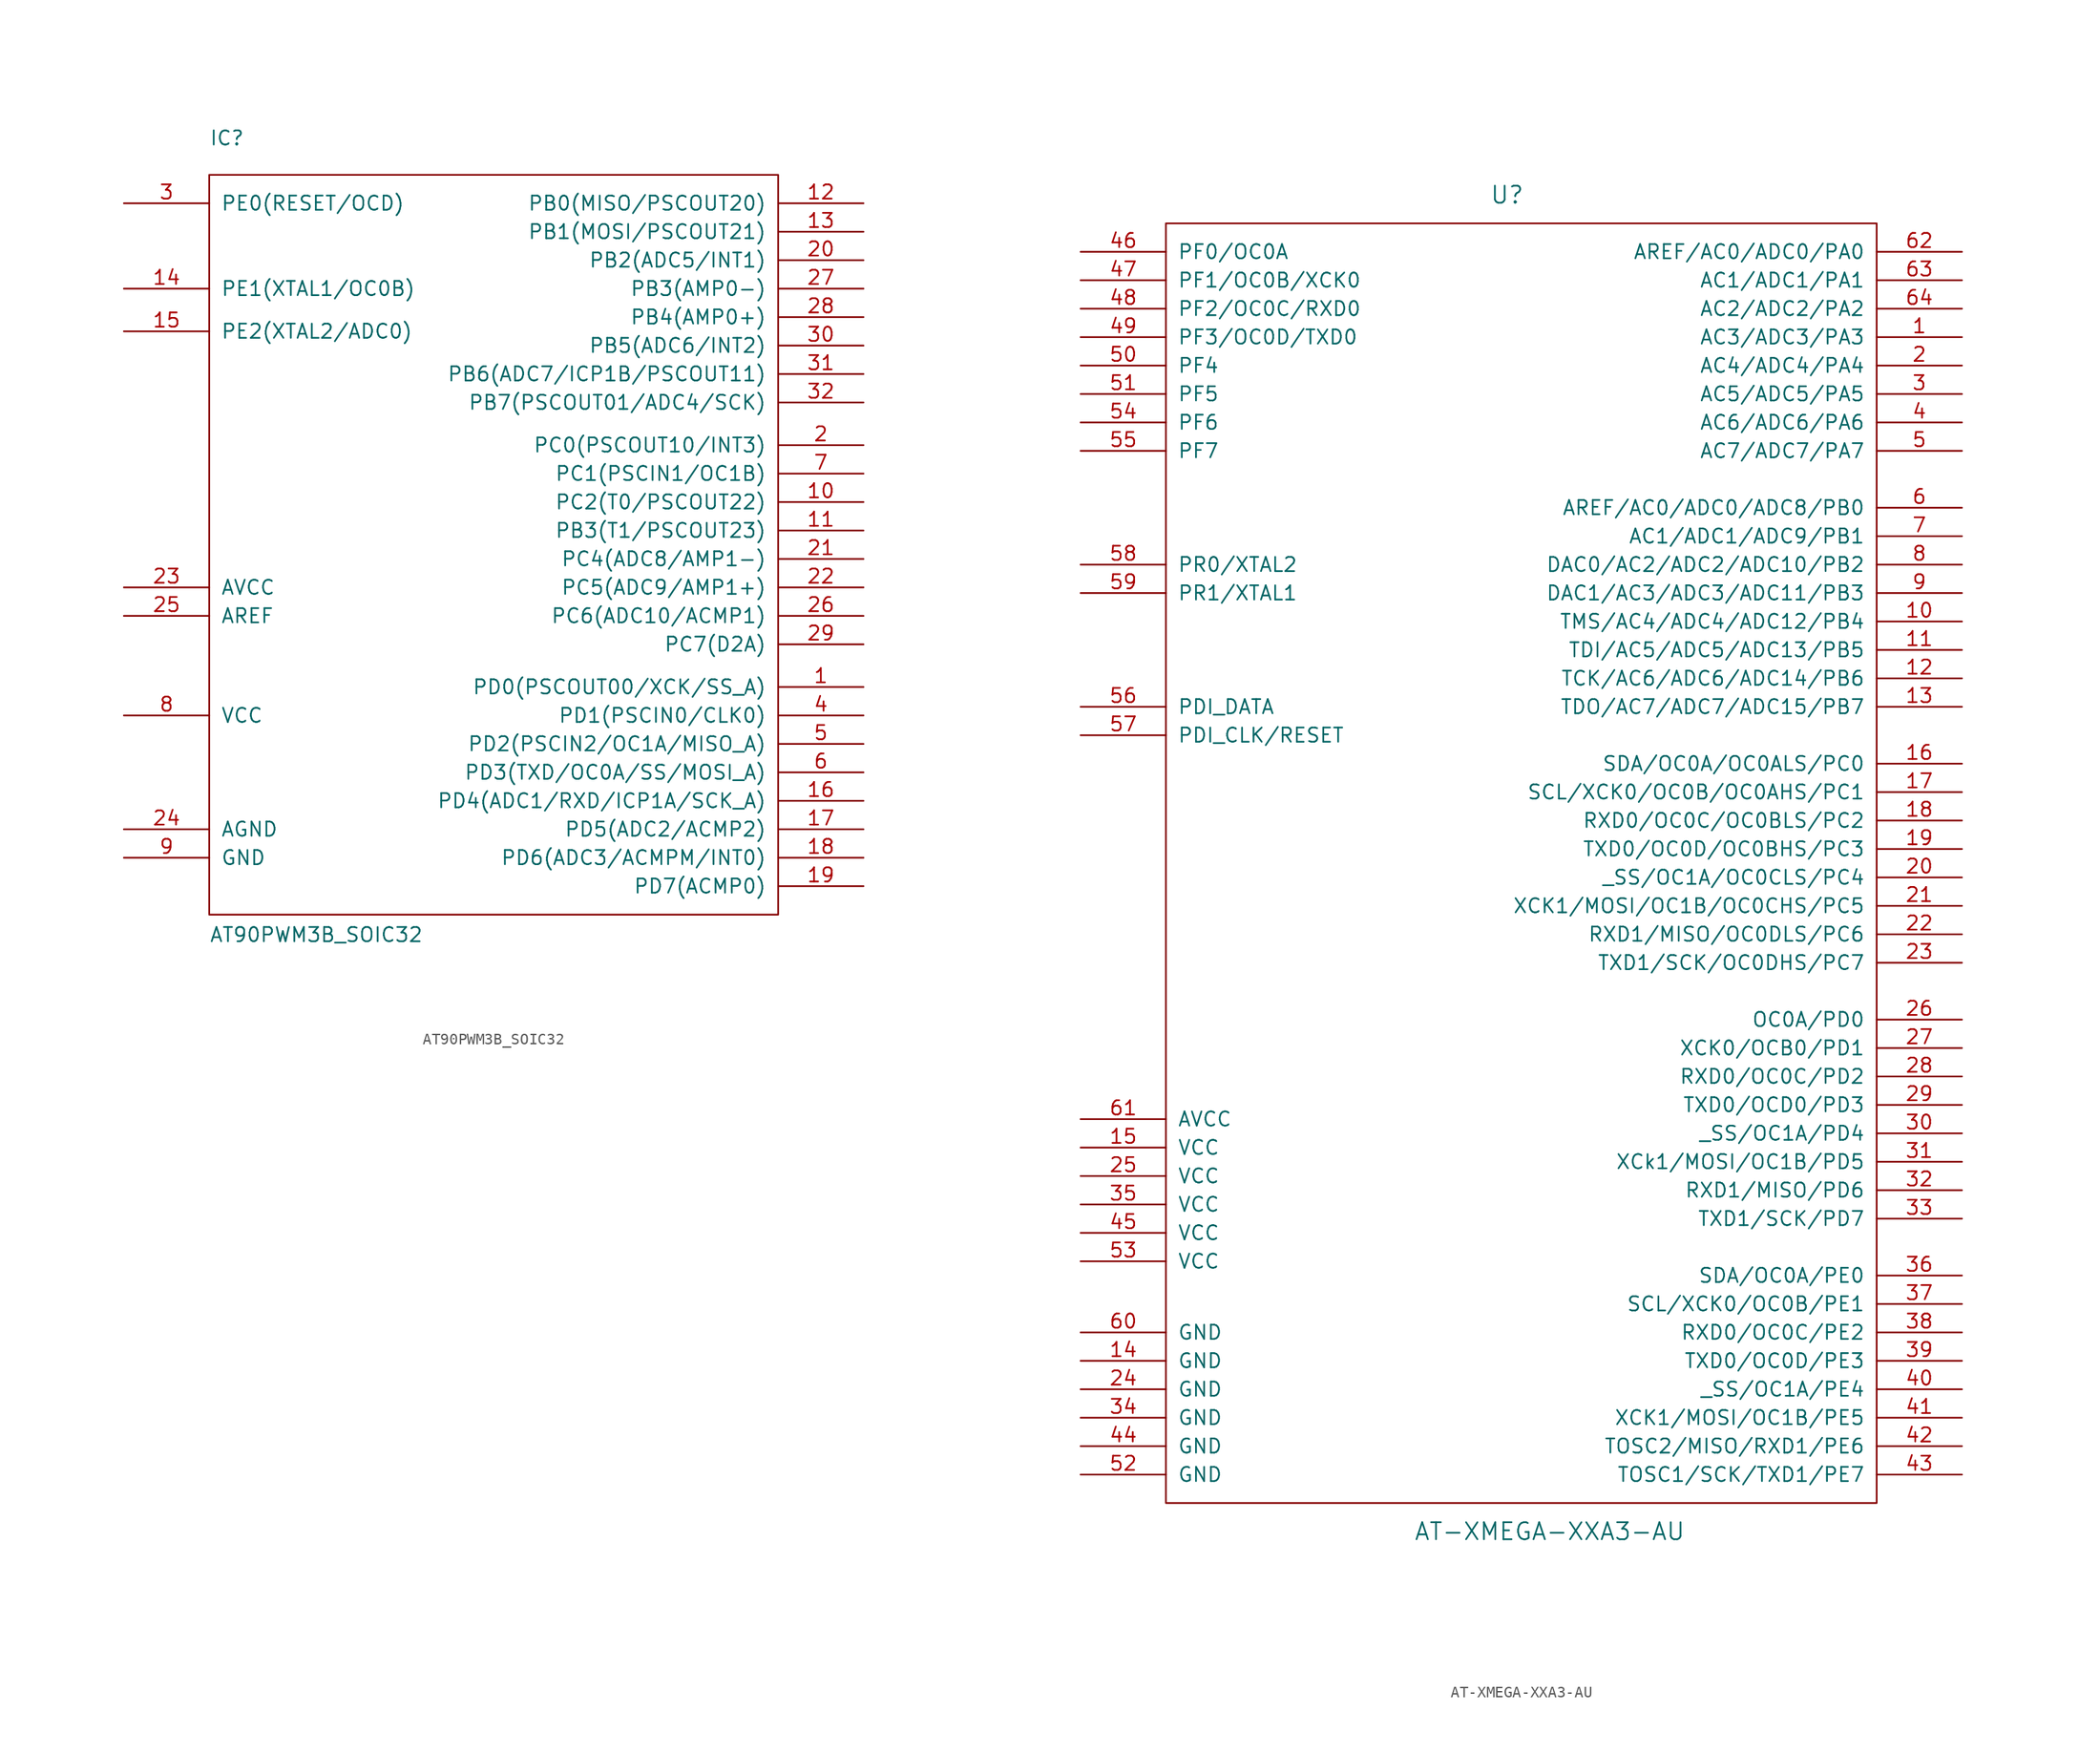
<source format=kicad_sym>
(kicad_symbol_lib
  (version 20231120)
  (generator "kicad_symbol_editor")
  (generator_version "8.0")
  (symbol "AT90PWM3B_SOIC32"
    (pin_names
      (offset 1.016))
    (property "Reference" "IC"
      (at -25.4 33.02 0)
      (effects (font (size 1.27 1.27)) (justify left bottom)))
    (property "Value" "AT90PWM3B_SOIC32"
      (at -25.4 -38.1 0)
      (effects (font (size 1.27 1.27)) (justify left bottom)))
    (property "Datasheet" ""
      (at 0 0 0)
      (effects (font (size 1.524 1.524))))
    (symbol "AT90PWM3B_SOIC32_0_1"
      (rectangle (start -25.4 30.48) (end 25.4 -35.56) (stroke (width 0) (type solid)) (fill (type none))))
    (symbol "AT90PWM3B_SOIC32_1_1"
      (pin input line (at 33.02 -15.24 180) (length 7.62) (name "PD0(PSCOUT00/XCK/SS_A)" (effects (font (size 1.27 1.27)))) (number "1" (effects (font (size 1.27 1.27)))))
      (pin input line (at 33.02 1.27 180) (length 7.62) (name "PC2(T0/PSCOUT22)" (effects (font (size 1.27 1.27)))) (number "10" (effects (font (size 1.27 1.27)))))
      (pin input line (at 33.02 -1.27 180) (length 7.62) (name "PB3(T1/PSCOUT23)" (effects (font (size 1.27 1.27)))) (number "11" (effects (font (size 1.27 1.27)))))
      (pin input line (at 33.02 27.94 180) (length 7.62) (name "PB0(MISO/PSCOUT20)" (effects (font (size 1.27 1.27)))) (number "12" (effects (font (size 1.27 1.27)))))
      (pin input line (at 33.02 25.4 180) (length 7.62) (name "PB1(MOSI/PSCOUT21)" (effects (font (size 1.27 1.27)))) (number "13" (effects (font (size 1.27 1.27)))))
      (pin input line (at -33.02 20.32 0) (length 7.62) (name "PE1(XTAL1/OC0B)" (effects (font (size 1.27 1.27)))) (number "14" (effects (font (size 1.27 1.27)))))
      (pin input line (at -33.02 16.51 0) (length 7.62) (name "PE2(XTAL2/ADC0)" (effects (font (size 1.27 1.27)))) (number "15" (effects (font (size 1.27 1.27)))))
      (pin input line (at 33.02 -25.4 180) (length 7.62) (name "PD4(ADC1/RXD/ICP1A/SCK_A)" (effects (font (size 1.27 1.27)))) (number "16" (effects (font (size 1.27 1.27)))))
      (pin input line (at 33.02 -27.94 180) (length 7.62) (name "PD5(ADC2/ACMP2)" (effects (font (size 1.27 1.27)))) (number "17" (effects (font (size 1.27 1.27)))))
      (pin input line (at 33.02 -30.48 180) (length 7.62) (name "PD6(ADC3/ACMPM/INT0)" (effects (font (size 1.27 1.27)))) (number "18" (effects (font (size 1.27 1.27)))))
      (pin input line (at 33.02 -33.02 180) (length 7.62) (name "PD7(ACMP0)" (effects (font (size 1.27 1.27)))) (number "19" (effects (font (size 1.27 1.27)))))
      (pin input line (at 33.02 6.35 180) (length 7.62) (name "PC0(PSCOUT10/INT3)" (effects (font (size 1.27 1.27)))) (number "2" (effects (font (size 1.27 1.27)))))
      (pin input line (at 33.02 22.86 180) (length 7.62) (name "PB2(ADC5/INT1)" (effects (font (size 1.27 1.27)))) (number "20" (effects (font (size 1.27 1.27)))))
      (pin input line (at 33.02 -3.81 180) (length 7.62) (name "PC4(ADC8/AMP1-)" (effects (font (size 1.27 1.27)))) (number "21" (effects (font (size 1.27 1.27)))))
      (pin input line (at 33.02 -6.35 180) (length 7.62) (name "PC5(ADC9/AMP1+)" (effects (font (size 1.27 1.27)))) (number "22" (effects (font (size 1.27 1.27)))))
      (pin input line (at -33.02 -6.35 0) (length 7.62) (name "AVCC" (effects (font (size 1.27 1.27)))) (number "23" (effects (font (size 1.27 1.27)))))
      (pin input line (at -33.02 -27.94 0) (length 7.62) (name "AGND" (effects (font (size 1.27 1.27)))) (number "24" (effects (font (size 1.27 1.27)))))
      (pin input line (at -33.02 -8.89 0) (length 7.62) (name "AREF" (effects (font (size 1.27 1.27)))) (number "25" (effects (font (size 1.27 1.27)))))
      (pin input line (at 33.02 -8.89 180) (length 7.62) (name "PC6(ADC10/ACMP1)" (effects (font (size 1.27 1.27)))) (number "26" (effects (font (size 1.27 1.27)))))
      (pin input line (at 33.02 20.32 180) (length 7.62) (name "PB3(AMP0-)" (effects (font (size 1.27 1.27)))) (number "27" (effects (font (size 1.27 1.27)))))
      (pin input line (at 33.02 17.78 180) (length 7.62) (name "PB4(AMP0+)" (effects (font (size 1.27 1.27)))) (number "28" (effects (font (size 1.27 1.27)))))
      (pin input line (at 33.02 -11.43 180) (length 7.62) (name "PC7(D2A)" (effects (font (size 1.27 1.27)))) (number "29" (effects (font (size 1.27 1.27)))))
      (pin input line (at -33.02 27.94 0) (length 7.62) (name "PE0(RESET/OCD)" (effects (font (size 1.27 1.27)))) (number "3" (effects (font (size 1.27 1.27)))))
      (pin input line (at 33.02 15.24 180) (length 7.62) (name "PB5(ADC6/INT2)" (effects (font (size 1.27 1.27)))) (number "30" (effects (font (size 1.27 1.27)))))
      (pin input line (at 33.02 12.7 180) (length 7.62) (name "PB6(ADC7/ICP1B/PSCOUT11)" (effects (font (size 1.27 1.27)))) (number "31" (effects (font (size 1.27 1.27)))))
      (pin input line (at 33.02 10.16 180) (length 7.62) (name "PB7(PSCOUT01/ADC4/SCK)" (effects (font (size 1.27 1.27)))) (number "32" (effects (font (size 1.27 1.27)))))
      (pin input line (at 33.02 -17.78 180) (length 7.62) (name "PD1(PSCIN0/CLK0)" (effects (font (size 1.27 1.27)))) (number "4" (effects (font (size 1.27 1.27)))))
      (pin input line (at 33.02 -20.32 180) (length 7.62) (name "PD2(PSCIN2/OC1A/MISO_A)" (effects (font (size 1.27 1.27)))) (number "5" (effects (font (size 1.27 1.27)))))
      (pin input line (at 33.02 -22.86 180) (length 7.62) (name "PD3(TXD/OC0A/SS/MOSI_A)" (effects (font (size 1.27 1.27)))) (number "6" (effects (font (size 1.27 1.27)))))
      (pin input line (at 33.02 3.81 180) (length 7.62) (name "PC1(PSCIN1/OC1B)" (effects (font (size 1.27 1.27)))) (number "7" (effects (font (size 1.27 1.27)))))
      (pin input line (at -33.02 -17.78 0) (length 7.62) (name "VCC" (effects (font (size 1.27 1.27)))) (number "8" (effects (font (size 1.27 1.27)))))
      (pin input line (at -33.02 -30.48 0) (length 7.62) (name "GND" (effects (font (size 1.27 1.27)))) (number "9" (effects (font (size 1.27 1.27)))))))
  (symbol "AT-XMEGA-XXA3-AU"
    (pin_names
      (offset 1.016))
    (property "Reference" "U"
      (at -1.27 59.69 0)
      (effects (font (size 1.524 1.524))))
    (property "Value" "AT-XMEGA-XXA3-AU"
      (at 2.54 -59.69 0)
      (effects (font (size 1.524 1.524))))
    (property "Footprint" ""
      (at 0 0 0)
      (effects (font (size 1.524 1.524))))
    (property "Datasheet" ""
      (at 0 0 0)
      (effects (font (size 1.524 1.524))))
    (symbol "AT-XMEGA-XXA3-AU_0_1"
      (rectangle (start 31.75 -57.15) (end -31.75 57.15) (stroke (width 0) (type solid)) (fill (type none))))
    (symbol "AT-XMEGA-XXA3-AU_1_1"
      (pin bidirectional line (at 39.37 46.99 180) (length 7.62) (name "AC3/ADC3/PA3" (effects (font (size 1.27 1.27)))) (number "1" (effects (font (size 1.27 1.27)))))
      (pin bidirectional line (at 39.37 21.59 180) (length 7.62) (name "TMS/AC4/ADC4/ADC12/PB4" (effects (font (size 1.27 1.27)))) (number "10" (effects (font (size 1.27 1.27)))))
      (pin bidirectional line (at 39.37 19.05 180) (length 7.62) (name "TDI/AC5/ADC5/ADC13/PB5" (effects (font (size 1.27 1.27)))) (number "11" (effects (font (size 1.27 1.27)))))
      (pin bidirectional line (at 39.37 16.51 180) (length 7.62) (name "TCK/AC6/ADC6/ADC14/PB6" (effects (font (size 1.27 1.27)))) (number "12" (effects (font (size 1.27 1.27)))))
      (pin bidirectional line (at 39.37 13.97 180) (length 7.62) (name "TDO/AC7/ADC7/ADC15/PB7" (effects (font (size 1.27 1.27)))) (number "13" (effects (font (size 1.27 1.27)))))
      (pin power_in line (at -39.37 -44.45 0) (length 7.62) (name "GND" (effects (font (size 1.27 1.27)))) (number "14" (effects (font (size 1.27 1.27)))))
      (pin power_in line (at -39.37 -25.4 0) (length 7.62) (name "VCC" (effects (font (size 1.27 1.27)))) (number "15" (effects (font (size 1.27 1.27)))))
      (pin bidirectional line (at 39.37 8.89 180) (length 7.62) (name "SDA/OC0A/OC0ALS/PC0" (effects (font (size 1.27 1.27)))) (number "16" (effects (font (size 1.27 1.27)))))
      (pin bidirectional line (at 39.37 6.35 180) (length 7.62) (name "SCL/XCK0/OC0B/OC0AHS/PC1" (effects (font (size 1.27 1.27)))) (number "17" (effects (font (size 1.27 1.27)))))
      (pin bidirectional line (at 39.37 3.81 180) (length 7.62) (name "RXD0/OC0C/OC0BLS/PC2" (effects (font (size 1.27 1.27)))) (number "18" (effects (font (size 1.27 1.27)))))
      (pin bidirectional line (at 39.37 1.27 180) (length 7.62) (name "TXD0/OC0D/OC0BHS/PC3" (effects (font (size 1.27 1.27)))) (number "19" (effects (font (size 1.27 1.27)))))
      (pin bidirectional line (at 39.37 44.45 180) (length 7.62) (name "AC4/ADC4/PA4" (effects (font (size 1.27 1.27)))) (number "2" (effects (font (size 1.27 1.27)))))
      (pin bidirectional line (at 39.37 -1.27 180) (length 7.62) (name "_SS/OC1A/OC0CLS/PC4" (effects (font (size 1.27 1.27)))) (number "20" (effects (font (size 1.27 1.27)))))
      (pin bidirectional line (at 39.37 -3.81 180) (length 7.62) (name "XCK1/MOSI/OC1B/OC0CHS/PC5" (effects (font (size 1.27 1.27)))) (number "21" (effects (font (size 1.27 1.27)))))
      (pin bidirectional line (at 39.37 -6.35 180) (length 7.62) (name "RXD1/MISO/OC0DLS/PC6" (effects (font (size 1.27 1.27)))) (number "22" (effects (font (size 1.27 1.27)))))
      (pin bidirectional line (at 39.37 -8.89 180) (length 7.62) (name "TXD1/SCK/OC0DHS/PC7" (effects (font (size 1.27 1.27)))) (number "23" (effects (font (size 1.27 1.27)))))
      (pin power_in line (at -39.37 -46.99 0) (length 7.62) (name "GND" (effects (font (size 1.27 1.27)))) (number "24" (effects (font (size 1.27 1.27)))))
      (pin power_in line (at -39.37 -27.94 0) (length 7.62) (name "VCC" (effects (font (size 1.27 1.27)))) (number "25" (effects (font (size 1.27 1.27)))))
      (pin bidirectional line (at 39.37 -13.97 180) (length 7.62) (name "OC0A/PD0" (effects (font (size 1.27 1.27)))) (number "26" (effects (font (size 1.27 1.27)))))
      (pin bidirectional line (at 39.37 -16.51 180) (length 7.62) (name "XCK0/OCB0/PD1" (effects (font (size 1.27 1.27)))) (number "27" (effects (font (size 1.27 1.27)))))
      (pin bidirectional line (at 39.37 -19.05 180) (length 7.62) (name "RXD0/OC0C/PD2" (effects (font (size 1.27 1.27)))) (number "28" (effects (font (size 1.27 1.27)))))
      (pin bidirectional line (at 39.37 -21.59 180) (length 7.62) (name "TXD0/OCD0/PD3" (effects (font (size 1.27 1.27)))) (number "29" (effects (font (size 1.27 1.27)))))
      (pin bidirectional line (at 39.37 41.91 180) (length 7.62) (name "AC5/ADC5/PA5" (effects (font (size 1.27 1.27)))) (number "3" (effects (font (size 1.27 1.27)))))
      (pin bidirectional line (at 39.37 -24.13 180) (length 7.62) (name "_SS/OC1A/PD4" (effects (font (size 1.27 1.27)))) (number "30" (effects (font (size 1.27 1.27)))))
      (pin bidirectional line (at 39.37 -26.67 180) (length 7.62) (name "XCk1/MOSI/OC1B/PD5" (effects (font (size 1.27 1.27)))) (number "31" (effects (font (size 1.27 1.27)))))
      (pin bidirectional line (at 39.37 -29.21 180) (length 7.62) (name "RXD1/MISO/PD6" (effects (font (size 1.27 1.27)))) (number "32" (effects (font (size 1.27 1.27)))))
      (pin bidirectional line (at 39.37 -31.75 180) (length 7.62) (name "TXD1/SCK/PD7" (effects (font (size 1.27 1.27)))) (number "33" (effects (font (size 1.27 1.27)))))
      (pin power_in line (at -39.37 -49.53 0) (length 7.62) (name "GND" (effects (font (size 1.27 1.27)))) (number "34" (effects (font (size 1.27 1.27)))))
      (pin power_in line (at -39.37 -30.48 0) (length 7.62) (name "VCC" (effects (font (size 1.27 1.27)))) (number "35" (effects (font (size 1.27 1.27)))))
      (pin bidirectional line (at 39.37 -36.83 180) (length 7.62) (name "SDA/OC0A/PE0" (effects (font (size 1.27 1.27)))) (number "36" (effects (font (size 1.27 1.27)))))
      (pin bidirectional line (at 39.37 -39.37 180) (length 7.62) (name "SCL/XCK0/OC0B/PE1" (effects (font (size 1.27 1.27)))) (number "37" (effects (font (size 1.27 1.27)))))
      (pin bidirectional line (at 39.37 -41.91 180) (length 7.62) (name "RXD0/OC0C/PE2" (effects (font (size 1.27 1.27)))) (number "38" (effects (font (size 1.27 1.27)))))
      (pin bidirectional line (at 39.37 -44.45 180) (length 7.62) (name "TXD0/OC0D/PE3" (effects (font (size 1.27 1.27)))) (number "39" (effects (font (size 1.27 1.27)))))
      (pin bidirectional line (at 39.37 39.37 180) (length 7.62) (name "AC6/ADC6/PA6" (effects (font (size 1.27 1.27)))) (number "4" (effects (font (size 1.27 1.27)))))
      (pin bidirectional line (at 39.37 -46.99 180) (length 7.62) (name "_SS/OC1A/PE4" (effects (font (size 1.27 1.27)))) (number "40" (effects (font (size 1.27 1.27)))))
      (pin bidirectional line (at 39.37 -49.53 180) (length 7.62) (name "XCK1/MOSI/OC1B/PE5" (effects (font (size 1.27 1.27)))) (number "41" (effects (font (size 1.27 1.27)))))
      (pin bidirectional line (at 39.37 -52.07 180) (length 7.62) (name "TOSC2/MISO/RXD1/PE6" (effects (font (size 1.27 1.27)))) (number "42" (effects (font (size 1.27 1.27)))))
      (pin bidirectional line (at 39.37 -54.61 180) (length 7.62) (name "TOSC1/SCK/TXD1/PE7" (effects (font (size 1.27 1.27)))) (number "43" (effects (font (size 1.27 1.27)))))
      (pin power_in line (at -39.37 -52.07 0) (length 7.62) (name "GND" (effects (font (size 1.27 1.27)))) (number "44" (effects (font (size 1.27 1.27)))))
      (pin power_in line (at -39.37 -33.02 0) (length 7.62) (name "VCC" (effects (font (size 1.27 1.27)))) (number "45" (effects (font (size 1.27 1.27)))))
      (pin bidirectional line (at -39.37 54.61 0) (length 7.62) (name "PF0/OC0A" (effects (font (size 1.27 1.27)))) (number "46" (effects (font (size 1.27 1.27)))))
      (pin bidirectional line (at -39.37 52.07 0) (length 7.62) (name "PF1/OC0B/XCK0" (effects (font (size 1.27 1.27)))) (number "47" (effects (font (size 1.27 1.27)))))
      (pin bidirectional line (at -39.37 49.53 0) (length 7.62) (name "PF2/OC0C/RXD0" (effects (font (size 1.27 1.27)))) (number "48" (effects (font (size 1.27 1.27)))))
      (pin bidirectional line (at -39.37 46.99 0) (length 7.62) (name "PF3/OC0D/TXD0" (effects (font (size 1.27 1.27)))) (number "49" (effects (font (size 1.27 1.27)))))
      (pin bidirectional line (at 39.37 36.83 180) (length 7.62) (name "AC7/ADC7/PA7" (effects (font (size 1.27 1.27)))) (number "5" (effects (font (size 1.27 1.27)))))
      (pin bidirectional line (at -39.37 44.45 0) (length 7.62) (name "PF4" (effects (font (size 1.27 1.27)))) (number "50" (effects (font (size 1.27 1.27)))))
      (pin bidirectional line (at -39.37 41.91 0) (length 7.62) (name "PF5" (effects (font (size 1.27 1.27)))) (number "51" (effects (font (size 1.27 1.27)))))
      (pin power_in line (at -39.37 -54.61 0) (length 7.62) (name "GND" (effects (font (size 1.27 1.27)))) (number "52" (effects (font (size 1.27 1.27)))))
      (pin power_in line (at -39.37 -35.56 0) (length 7.62) (name "VCC" (effects (font (size 1.27 1.27)))) (number "53" (effects (font (size 1.27 1.27)))))
      (pin bidirectional line (at -39.37 39.37 0) (length 7.62) (name "PF6" (effects (font (size 1.27 1.27)))) (number "54" (effects (font (size 1.27 1.27)))))
      (pin bidirectional line (at -39.37 36.83 0) (length 7.62) (name "PF7" (effects (font (size 1.27 1.27)))) (number "55" (effects (font (size 1.27 1.27)))))
      (pin bidirectional line (at -39.37 13.97 0) (length 7.62) (name "PDI_DATA" (effects (font (size 1.27 1.27)))) (number "56" (effects (font (size 1.27 1.27)))))
      (pin bidirectional line (at -39.37 11.43 0) (length 7.62) (name "PDI_CLK/RESET" (effects (font (size 1.27 1.27)))) (number "57" (effects (font (size 1.27 1.27)))))
      (pin bidirectional line (at -39.37 26.67 0) (length 7.62) (name "PR0/XTAL2" (effects (font (size 1.27 1.27)))) (number "58" (effects (font (size 1.27 1.27)))))
      (pin bidirectional line (at -39.37 24.13 0) (length 7.62) (name "PR1/XTAL1" (effects (font (size 1.27 1.27)))) (number "59" (effects (font (size 1.27 1.27)))))
      (pin bidirectional line (at 39.37 31.75 180) (length 7.62) (name "AREF/AC0/ADC0/ADC8/PB0" (effects (font (size 1.27 1.27)))) (number "6" (effects (font (size 1.27 1.27)))))
      (pin power_in line (at -39.37 -41.91 0) (length 7.62) (name "GND" (effects (font (size 1.27 1.27)))) (number "60" (effects (font (size 1.27 1.27)))))
      (pin power_in line (at -39.37 -22.86 0) (length 7.62) (name "AVCC" (effects (font (size 1.27 1.27)))) (number "61" (effects (font (size 1.27 1.27)))))
      (pin bidirectional line (at 39.37 54.61 180) (length 7.62) (name "AREF/AC0/ADC0/PA0" (effects (font (size 1.27 1.27)))) (number "62" (effects (font (size 1.27 1.27)))))
      (pin bidirectional line (at 39.37 52.07 180) (length 7.62) (name "AC1/ADC1/PA1" (effects (font (size 1.27 1.27)))) (number "63" (effects (font (size 1.27 1.27)))))
      (pin bidirectional line (at 39.37 49.53 180) (length 7.62) (name "AC2/ADC2/PA2" (effects (font (size 1.27 1.27)))) (number "64" (effects (font (size 1.27 1.27)))))
      (pin bidirectional line (at 39.37 29.21 180) (length 7.62) (name "AC1/ADC1/ADC9/PB1" (effects (font (size 1.27 1.27)))) (number "7" (effects (font (size 1.27 1.27)))))
      (pin bidirectional line (at 39.37 26.67 180) (length 7.62) (name "DAC0/AC2/ADC2/ADC10/PB2" (effects (font (size 1.27 1.27)))) (number "8" (effects (font (size 1.27 1.27)))))
      (pin bidirectional line (at 39.37 24.13 180) (length 7.62) (name "DAC1/AC3/ADC3/ADC11/PB3" (effects (font (size 1.27 1.27)))) (number "9" (effects (font (size 1.27 1.27))))))))
</source>
